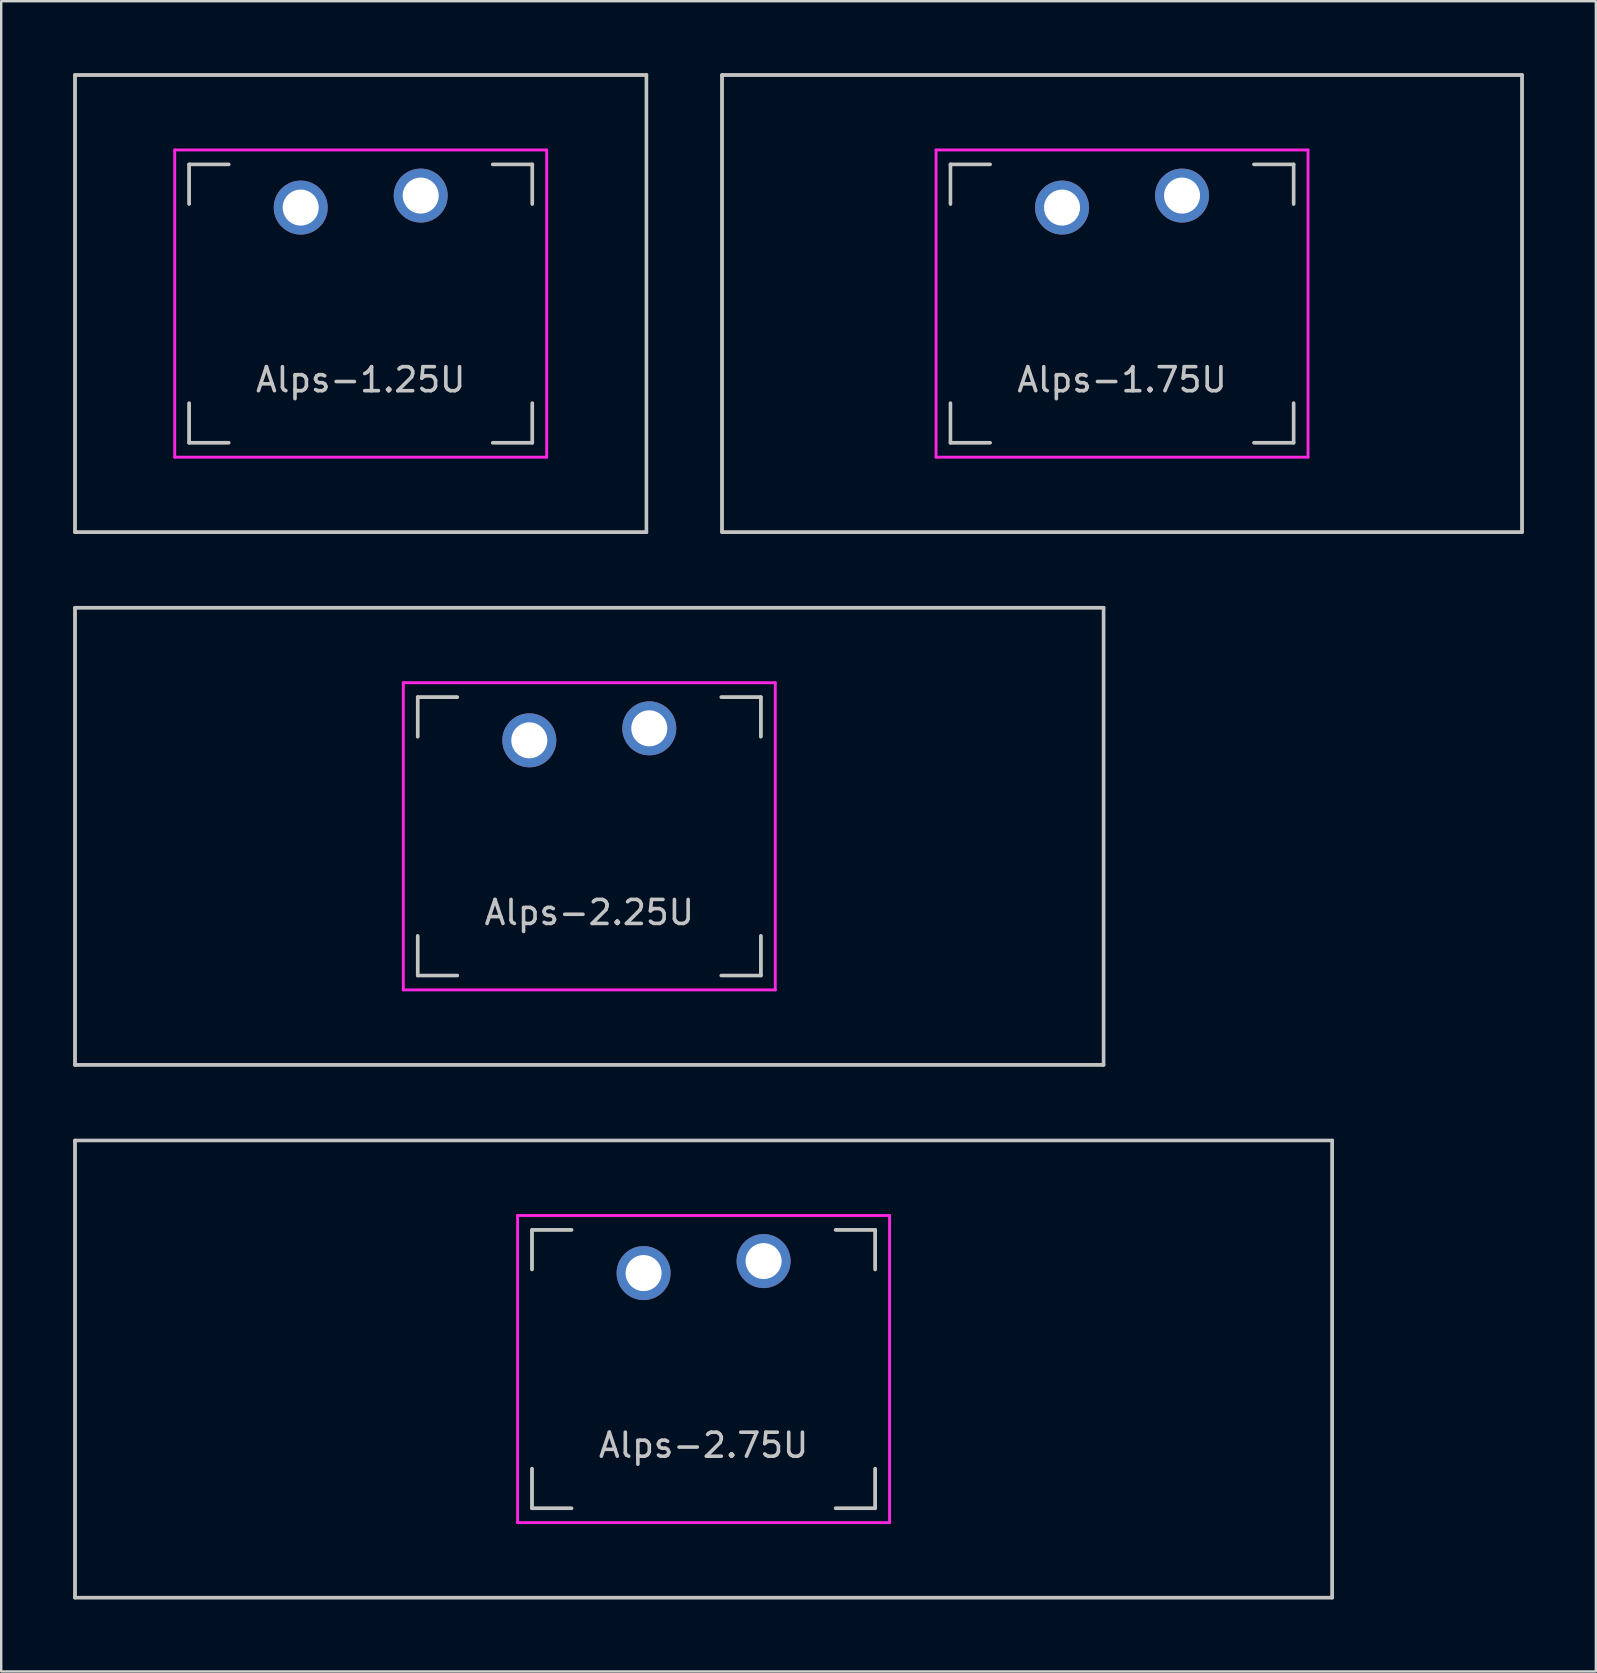
<source format=kicad_pcb>
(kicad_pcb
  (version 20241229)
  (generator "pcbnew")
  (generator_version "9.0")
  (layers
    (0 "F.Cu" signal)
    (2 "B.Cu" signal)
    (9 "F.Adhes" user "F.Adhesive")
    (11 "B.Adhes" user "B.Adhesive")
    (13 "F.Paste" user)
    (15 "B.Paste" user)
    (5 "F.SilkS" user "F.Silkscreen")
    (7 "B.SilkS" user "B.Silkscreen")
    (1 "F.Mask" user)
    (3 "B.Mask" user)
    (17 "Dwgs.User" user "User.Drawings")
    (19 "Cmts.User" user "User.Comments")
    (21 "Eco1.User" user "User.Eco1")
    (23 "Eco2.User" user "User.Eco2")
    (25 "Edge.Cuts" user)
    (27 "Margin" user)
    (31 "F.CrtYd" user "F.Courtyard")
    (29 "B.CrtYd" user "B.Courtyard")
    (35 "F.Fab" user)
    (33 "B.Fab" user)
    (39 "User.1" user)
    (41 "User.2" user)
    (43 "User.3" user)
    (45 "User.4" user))
  (footprint "Alps-1.75U"
    (layer "F.Cu")
    (at 43.706 9.6)
    (property "Reference" "Alps-1.75U" (at 0 3.175 0) (layer "Dwgs.User") (effects (font (size 1 1) (thickness 0.15))))
    (attr through_hole)
    (fp_line (start -16.669 -9.525) (end 16.669 -9.525) (stroke (width 0.12) (type solid)) (layer "F.SilkS"))
    (fp_line (start -16.669 9.525) (end -16.669 -9.525) (stroke (width 0.12) (type solid)) (layer "F.SilkS"))
    (fp_line (start -7.15 -5.8) (end -5.5 -5.8) (stroke (width 0.12) (type solid)) (layer "F.SilkS"))
    (fp_line (start -7.15 -4.15) (end -7.15 -5.8) (stroke (width 0.12) (type solid)) (layer "F.SilkS"))
    (fp_line (start -7.15 4.15) (end -7.15 5.8) (stroke (width 0.12) (type solid)) (layer "F.SilkS"))
    (fp_line (start -7.15 5.8) (end -5.5 5.8) (stroke (width 0.12) (type solid)) (layer "F.SilkS"))
    (fp_line (start 5.5 -5.8) (end 7.15 -5.8) (stroke (width 0.12) (type solid)) (layer "F.SilkS"))
    (fp_line (start 5.5 5.8) (end 7.15 5.8) (stroke (width 0.12) (type solid)) (layer "F.SilkS"))
    (fp_line (start 7.15 -4.15) (end 7.15 -5.8) (stroke (width 0.12) (type solid)) (layer "F.SilkS"))
    (fp_line (start 7.15 5.8) (end 7.15 4.15) (stroke (width 0.12) (type solid)) (layer "F.SilkS"))
    (fp_line (start 16.669 -9.525) (end 16.669 9.525) (stroke (width 0.12) (type solid)) (layer "F.SilkS"))
    (fp_line (start 16.669 9.525) (end -16.669 9.525) (stroke (width 0.12) (type solid)) (layer "F.SilkS"))
    (fp_line (start -16.669 -9.525) (end 16.669 -9.525) (stroke (width 0.15) (type solid)) (layer "Dwgs.User"))
    (fp_line (start -16.669 9.525) (end -16.669 -9.525) (stroke (width 0.15) (type solid)) (layer "Dwgs.User"))
    (fp_line (start -7.15 -5.8) (end -7.15 -4.15) (stroke (width 0.15) (type solid)) (layer "Dwgs.User"))
    (fp_line (start -7.15 4.15) (end -7.15 5.8) (stroke (width 0.15) (type solid)) (layer "Dwgs.User"))
    (fp_line (start -7.15 5.8) (end -5.5 5.8) (stroke (width 0.15) (type solid)) (layer "Dwgs.User"))
    (fp_line (start -5.5 -5.8) (end -7.15 -5.8) (stroke (width 0.15) (type solid)) (layer "Dwgs.User"))
    (fp_line (start 5.5 -5.8) (end 7.15 -5.8) (stroke (width 0.15) (type solid)) (layer "Dwgs.User"))
    (fp_line (start 5.5 5.8) (end 7.15 5.8) (stroke (width 0.15) (type solid)) (layer "Dwgs.User"))
    (fp_line (start 7.15 -4.15) (end 7.15 -5.8) (stroke (width 0.15) (type solid)) (layer "Dwgs.User"))
    (fp_line (start 7.15 5.8) (end 7.15 4.15) (stroke (width 0.15) (type solid)) (layer "Dwgs.User"))
    (fp_line (start 16.669 -9.525) (end 16.669 9.525) (stroke (width 0.15) (type solid)) (layer "Dwgs.User"))
    (fp_line (start 16.669 9.525) (end -16.669 9.525) (stroke (width 0.15) (type solid)) (layer "Dwgs.User"))
    (fp_line (start -7.75 -6.4) (end 7.75 -6.4) (stroke (width 0.12) (type solid)) (layer "F.CrtYd"))
    (fp_line (start -7.75 6.4) (end -7.75 -6.4) (stroke (width 0.12) (type solid)) (layer "F.CrtYd"))
    (fp_line (start 7.75 -6.4) (end 7.75 6.4) (stroke (width 0.12) (type solid)) (layer "F.CrtYd"))
    (fp_line (start 7.75 6.4) (end -7.75 6.4) (stroke (width 0.12) (type solid)) (layer "F.CrtYd"))
    (pad "1" thru_hole circle (at -2.5 -4) (size 2.25 2.25) (drill 1.5) (layers "*.Cu" "*.Mask"))
    (pad "2" thru_hole circle (at 2.5 -4.5) (size 2.25 2.25) (drill 1.5) (layers "*.Cu" "*.Mask")))
  (footprint "Alps-2.25U"
    (layer "F.Cu")
    (at 21.506 31.8)
    (property "Reference" "Alps-2.25U" (at 0 3.175 0) (layer "Dwgs.User") (effects (font (size 1 1) (thickness 0.15))))
    (attr through_hole)
    (fp_line (start -21.431 -9.525) (end 21.431 -9.525) (stroke (width 0.12) (type solid)) (layer "F.SilkS"))
    (fp_line (start -21.431 9.525) (end -21.431 -9.525) (stroke (width 0.12) (type solid)) (layer "F.SilkS"))
    (fp_line (start -7.15 -5.8) (end -5.5 -5.8) (stroke (width 0.12) (type solid)) (layer "F.SilkS"))
    (fp_line (start -7.15 -4.15) (end -7.15 -5.8) (stroke (width 0.12) (type solid)) (layer "F.SilkS"))
    (fp_line (start -7.15 4.15) (end -7.15 5.8) (stroke (width 0.12) (type solid)) (layer "F.SilkS"))
    (fp_line (start -7.15 5.8) (end -5.5 5.8) (stroke (width 0.12) (type solid)) (layer "F.SilkS"))
    (fp_line (start 5.5 -5.8) (end 7.15 -5.8) (stroke (width 0.12) (type solid)) (layer "F.SilkS"))
    (fp_line (start 5.5 5.8) (end 7.15 5.8) (stroke (width 0.12) (type solid)) (layer "F.SilkS"))
    (fp_line (start 7.15 -4.15) (end 7.15 -5.8) (stroke (width 0.12) (type solid)) (layer "F.SilkS"))
    (fp_line (start 7.15 5.8) (end 7.15 4.15) (stroke (width 0.12) (type solid)) (layer "F.SilkS"))
    (fp_line (start 21.431 -9.525) (end 21.431 9.525) (stroke (width 0.12) (type solid)) (layer "F.SilkS"))
    (fp_line (start 21.431 9.525) (end -21.431 9.525) (stroke (width 0.12) (type solid)) (layer "F.SilkS"))
    (fp_line (start -21.431 -9.525) (end 21.431 -9.525) (stroke (width 0.15) (type solid)) (layer "Dwgs.User"))
    (fp_line (start -21.431 9.525) (end -21.431 -9.525) (stroke (width 0.15) (type solid)) (layer "Dwgs.User"))
    (fp_line (start -7.15 -5.8) (end -7.15 -4.15) (stroke (width 0.15) (type solid)) (layer "Dwgs.User"))
    (fp_line (start -7.15 4.15) (end -7.15 5.8) (stroke (width 0.15) (type solid)) (layer "Dwgs.User"))
    (fp_line (start -7.15 5.8) (end -5.5 5.8) (stroke (width 0.15) (type solid)) (layer "Dwgs.User"))
    (fp_line (start -5.5 -5.8) (end -7.15 -5.8) (stroke (width 0.15) (type solid)) (layer "Dwgs.User"))
    (fp_line (start 5.5 -5.8) (end 7.15 -5.8) (stroke (width 0.15) (type solid)) (layer "Dwgs.User"))
    (fp_line (start 5.5 5.8) (end 7.15 5.8) (stroke (width 0.15) (type solid)) (layer "Dwgs.User"))
    (fp_line (start 7.15 -4.15) (end 7.15 -5.8) (stroke (width 0.15) (type solid)) (layer "Dwgs.User"))
    (fp_line (start 7.15 5.8) (end 7.15 4.15) (stroke (width 0.15) (type solid)) (layer "Dwgs.User"))
    (fp_line (start 21.431 -9.525) (end 21.431 9.525) (stroke (width 0.15) (type solid)) (layer "Dwgs.User"))
    (fp_line (start 21.431 9.525) (end -21.431 9.525) (stroke (width 0.15) (type solid)) (layer "Dwgs.User"))
    (fp_line (start -7.75 -6.4) (end 7.75 -6.4) (stroke (width 0.12) (type solid)) (layer "F.CrtYd"))
    (fp_line (start -7.75 6.4) (end -7.75 -6.4) (stroke (width 0.12) (type solid)) (layer "F.CrtYd"))
    (fp_line (start 7.75 -6.4) (end 7.75 6.4) (stroke (width 0.12) (type solid)) (layer "F.CrtYd"))
    (fp_line (start 7.75 6.4) (end -7.75 6.4) (stroke (width 0.12) (type solid)) (layer "F.CrtYd"))
    (pad "1" thru_hole circle (at -2.5 -4) (size 2.25 2.25) (drill 1.5) (layers "*.Cu" "*.Mask"))
    (pad "2" thru_hole circle (at 2.5 -4.5) (size 2.25 2.25) (drill 1.5) (layers "*.Cu" "*.Mask")))
  (footprint "Alps-2.75U"
    (layer "F.Cu")
    (at 26.269 54)
    (property "Reference" "Alps-2.75U" (at 0 3.175 0) (layer "Dwgs.User") (effects (font (size 1 1) (thickness 0.15))))
    (attr through_hole)
    (fp_line (start -26.194 -9.525) (end 26.194 -9.525) (stroke (width 0.12) (type solid)) (layer "F.SilkS"))
    (fp_line (start -26.194 9.525) (end -26.194 -9.525) (stroke (width 0.12) (type solid)) (layer "F.SilkS"))
    (fp_line (start -7.15 -5.8) (end -5.5 -5.8) (stroke (width 0.12) (type solid)) (layer "F.SilkS"))
    (fp_line (start -7.15 -4.15) (end -7.15 -5.8) (stroke (width 0.12) (type solid)) (layer "F.SilkS"))
    (fp_line (start -7.15 4.15) (end -7.15 5.8) (stroke (width 0.12) (type solid)) (layer "F.SilkS"))
    (fp_line (start -7.15 5.8) (end -5.5 5.8) (stroke (width 0.12) (type solid)) (layer "F.SilkS"))
    (fp_line (start 5.5 -5.8) (end 7.15 -5.8) (stroke (width 0.12) (type solid)) (layer "F.SilkS"))
    (fp_line (start 5.5 5.8) (end 7.15 5.8) (stroke (width 0.12) (type solid)) (layer "F.SilkS"))
    (fp_line (start 7.15 -4.15) (end 7.15 -5.8) (stroke (width 0.12) (type solid)) (layer "F.SilkS"))
    (fp_line (start 7.15 5.8) (end 7.15 4.15) (stroke (width 0.12) (type solid)) (layer "F.SilkS"))
    (fp_line (start 26.194 -9.525) (end 26.194 9.525) (stroke (width 0.12) (type solid)) (layer "F.SilkS"))
    (fp_line (start 26.194 9.525) (end -26.194 9.525) (stroke (width 0.12) (type solid)) (layer "F.SilkS"))
    (fp_line (start -26.194 -9.525) (end 26.194 -9.525) (stroke (width 0.15) (type solid)) (layer "Dwgs.User"))
    (fp_line (start -26.194 9.525) (end -26.194 -9.525) (stroke (width 0.15) (type solid)) (layer "Dwgs.User"))
    (fp_line (start -7.15 -5.8) (end -7.15 -4.15) (stroke (width 0.15) (type solid)) (layer "Dwgs.User"))
    (fp_line (start -7.15 4.15) (end -7.15 5.8) (stroke (width 0.15) (type solid)) (layer "Dwgs.User"))
    (fp_line (start -7.15 5.8) (end -5.5 5.8) (stroke (width 0.15) (type solid)) (layer "Dwgs.User"))
    (fp_line (start -5.5 -5.8) (end -7.15 -5.8) (stroke (width 0.15) (type solid)) (layer "Dwgs.User"))
    (fp_line (start 5.5 -5.8) (end 7.15 -5.8) (stroke (width 0.15) (type solid)) (layer "Dwgs.User"))
    (fp_line (start 5.5 5.8) (end 7.15 5.8) (stroke (width 0.15) (type solid)) (layer "Dwgs.User"))
    (fp_line (start 7.15 -4.15) (end 7.15 -5.8) (stroke (width 0.15) (type solid)) (layer "Dwgs.User"))
    (fp_line (start 7.15 5.8) (end 7.15 4.15) (stroke (width 0.15) (type solid)) (layer "Dwgs.User"))
    (fp_line (start 26.194 -9.525) (end 26.194 9.525) (stroke (width 0.15) (type solid)) (layer "Dwgs.User"))
    (fp_line (start 26.194 9.525) (end -26.194 9.525) (stroke (width 0.15) (type solid)) (layer "Dwgs.User"))
    (fp_line (start -7.75 -6.4) (end 7.75 -6.4) (stroke (width 0.12) (type solid)) (layer "F.CrtYd"))
    (fp_line (start -7.75 6.4) (end -7.75 -6.4) (stroke (width 0.12) (type solid)) (layer "F.CrtYd"))
    (fp_line (start 7.75 -6.4) (end 7.75 6.4) (stroke (width 0.12) (type solid)) (layer "F.CrtYd"))
    (fp_line (start 7.75 6.4) (end -7.75 6.4) (stroke (width 0.12) (type solid)) (layer "F.CrtYd"))
    (pad "1" thru_hole circle (at -2.5 -4) (size 2.25 2.25) (drill 1.5) (layers "*.Cu" "*.Mask"))
    (pad "2" thru_hole circle (at 2.5 -4.5) (size 2.25 2.25) (drill 1.5) (layers "*.Cu" "*.Mask")))
  (footprint "Alps-1.25U"
    (layer "F.Cu")
    (at 11.981 9.6)
    (property "Reference" "Alps-1.25U" (at 0 3.175 0) (layer "Dwgs.User") (effects (font (size 1 1) (thickness 0.15))))
    (attr through_hole)
    (fp_line (start -11.906 -9.525) (end 11.906 -9.525) (stroke (width 0.12) (type solid)) (layer "F.SilkS"))
    (fp_line (start -11.906 9.525) (end -11.906 -9.525) (stroke (width 0.12) (type solid)) (layer "F.SilkS"))
    (fp_line (start -7.15 -5.8) (end -5.5 -5.8) (stroke (width 0.12) (type solid)) (layer "F.SilkS"))
    (fp_line (start -7.15 -4.15) (end -7.15 -5.8) (stroke (width 0.12) (type solid)) (layer "F.SilkS"))
    (fp_line (start -7.15 4.15) (end -7.15 5.8) (stroke (width 0.12) (type solid)) (layer "F.SilkS"))
    (fp_line (start -7.15 5.8) (end -5.5 5.8) (stroke (width 0.12) (type solid)) (layer "F.SilkS"))
    (fp_line (start 5.5 -5.8) (end 7.15 -5.8) (stroke (width 0.12) (type solid)) (layer "F.SilkS"))
    (fp_line (start 5.5 5.8) (end 7.15 5.8) (stroke (width 0.12) (type solid)) (layer "F.SilkS"))
    (fp_line (start 7.15 -4.15) (end 7.15 -5.8) (stroke (width 0.12) (type solid)) (layer "F.SilkS"))
    (fp_line (start 7.15 5.8) (end 7.15 4.15) (stroke (width 0.12) (type solid)) (layer "F.SilkS"))
    (fp_line (start 11.906 -9.525) (end 11.906 9.525) (stroke (width 0.12) (type solid)) (layer "F.SilkS"))
    (fp_line (start 11.906 9.525) (end -11.906 9.525) (stroke (width 0.12) (type solid)) (layer "F.SilkS"))
    (fp_line (start -11.906 -9.525) (end 11.906 -9.525) (stroke (width 0.15) (type solid)) (layer "Dwgs.User"))
    (fp_line (start -11.906 9.525) (end -11.906 -9.525) (stroke (width 0.15) (type solid)) (layer "Dwgs.User"))
    (fp_line (start -7.15 -5.8) (end -7.15 -4.15) (stroke (width 0.15) (type solid)) (layer "Dwgs.User"))
    (fp_line (start -7.15 4.15) (end -7.15 5.8) (stroke (width 0.15) (type solid)) (layer "Dwgs.User"))
    (fp_line (start -7.15 5.8) (end -5.5 5.8) (stroke (width 0.15) (type solid)) (layer "Dwgs.User"))
    (fp_line (start -5.5 -5.8) (end -7.15 -5.8) (stroke (width 0.15) (type solid)) (layer "Dwgs.User"))
    (fp_line (start 5.5 -5.8) (end 7.15 -5.8) (stroke (width 0.15) (type solid)) (layer "Dwgs.User"))
    (fp_line (start 5.5 5.8) (end 7.15 5.8) (stroke (width 0.15) (type solid)) (layer "Dwgs.User"))
    (fp_line (start 7.15 -4.15) (end 7.15 -5.8) (stroke (width 0.15) (type solid)) (layer "Dwgs.User"))
    (fp_line (start 7.15 5.8) (end 7.15 4.15) (stroke (width 0.15) (type solid)) (layer "Dwgs.User"))
    (fp_line (start 11.906 -9.525) (end 11.906 9.525) (stroke (width 0.15) (type solid)) (layer "Dwgs.User"))
    (fp_line (start 11.906 9.525) (end -11.906 9.525) (stroke (width 0.15) (type solid)) (layer "Dwgs.User"))
    (fp_line (start -7.75 -6.4) (end 7.75 -6.4) (stroke (width 0.12) (type solid)) (layer "F.CrtYd"))
    (fp_line (start -7.75 6.4) (end -7.75 -6.4) (stroke (width 0.12) (type solid)) (layer "F.CrtYd"))
    (fp_line (start 7.75 -6.4) (end 7.75 6.4) (stroke (width 0.12) (type solid)) (layer "F.CrtYd"))
    (fp_line (start 7.75 6.4) (end -7.75 6.4) (stroke (width 0.12) (type solid)) (layer "F.CrtYd"))
    (pad "1" thru_hole circle (at -2.5 -4) (size 2.25 2.25) (drill 1.5) (layers "*.Cu" "*.Mask"))
    (pad "2" thru_hole circle (at 2.5 -4.5) (size 2.25 2.25) (drill 1.5) (layers "*.Cu" "*.Mask")))
  (gr_rect
    (start -3 -3)
    (end 63.45 66.6)
    (stroke (width 0.1) (type default))
    (fill no)
    (layer "Edge.Cuts")))
</source>
